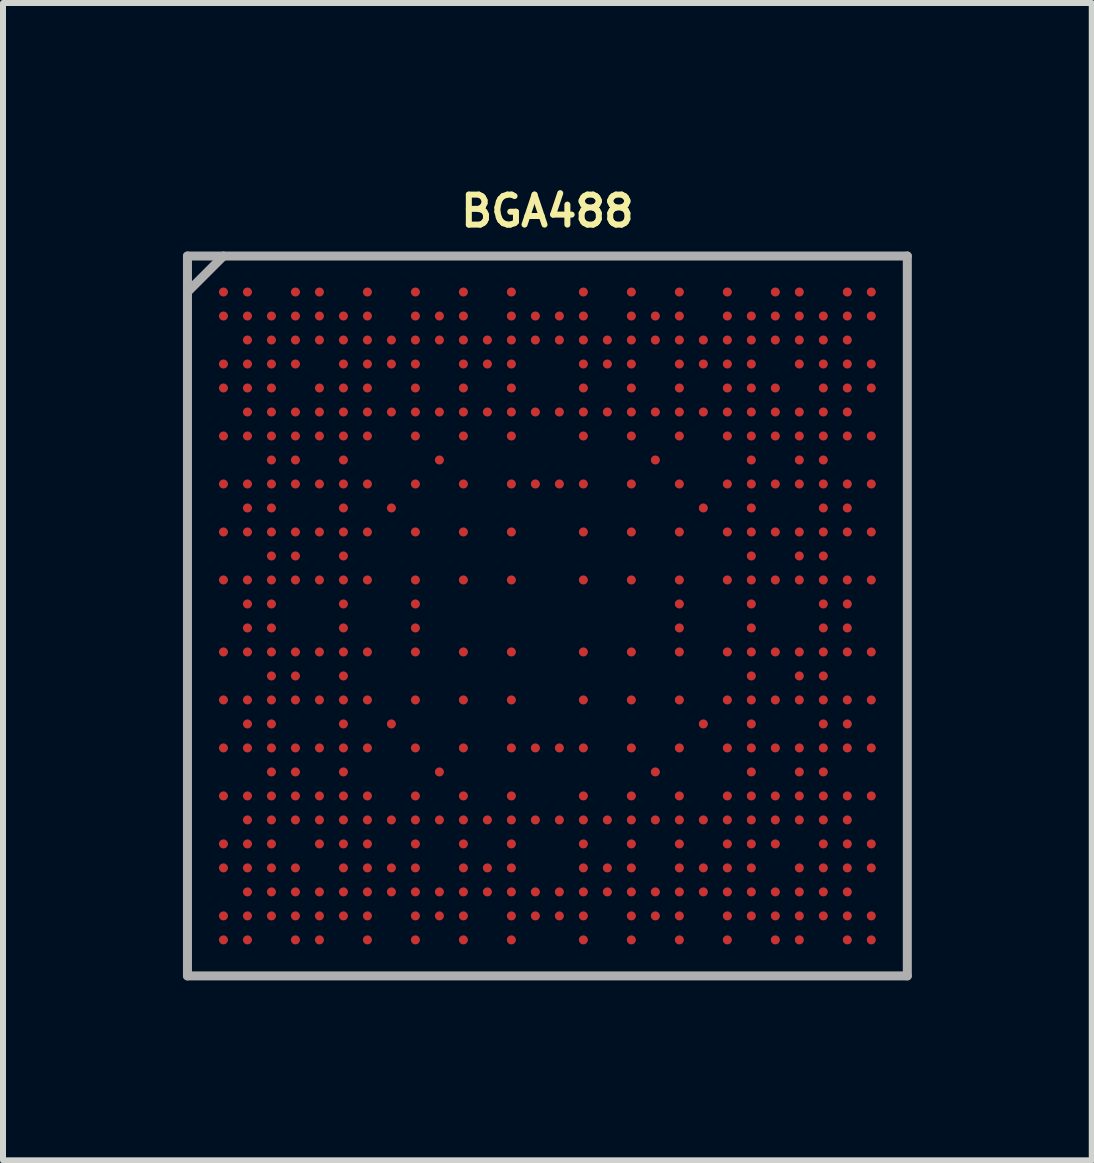
<source format=kicad_pcb>
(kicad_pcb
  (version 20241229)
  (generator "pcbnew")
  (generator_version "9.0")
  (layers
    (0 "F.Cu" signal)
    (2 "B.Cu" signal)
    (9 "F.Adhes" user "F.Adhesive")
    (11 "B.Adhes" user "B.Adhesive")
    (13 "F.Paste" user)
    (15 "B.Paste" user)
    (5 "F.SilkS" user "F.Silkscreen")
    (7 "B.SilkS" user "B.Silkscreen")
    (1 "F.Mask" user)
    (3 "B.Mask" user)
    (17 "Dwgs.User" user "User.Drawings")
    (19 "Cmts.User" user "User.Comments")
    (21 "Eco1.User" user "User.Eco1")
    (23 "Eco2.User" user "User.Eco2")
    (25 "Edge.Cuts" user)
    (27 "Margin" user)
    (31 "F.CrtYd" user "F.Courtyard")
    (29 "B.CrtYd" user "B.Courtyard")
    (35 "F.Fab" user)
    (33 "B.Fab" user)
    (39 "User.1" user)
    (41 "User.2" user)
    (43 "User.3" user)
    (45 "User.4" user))
  (footprint "BGA488"
    (layer "F.Cu")
    (at 6.075 7.218)
    (property "Reference" "BGA488" (at 0 -6.75 0) (layer "F.SilkS") (effects (font (size 0.5 0.5) (thickness 0.1))))
    (attr through_hole)
    (fp_line (start -6 -6) (end 6 -6) (stroke (width 0.15) (type solid)) (layer "F.Fab"))
    (fp_line (start -6 -5.4) (end -5.4 -6) (stroke (width 0.15) (type solid)) (layer "F.Fab"))
    (fp_line (start -6 6) (end -6 -6) (stroke (width 0.15) (type solid)) (layer "F.Fab"))
    (fp_line (start 6 -6) (end 6 6) (stroke (width 0.15) (type solid)) (layer "F.Fab"))
    (fp_line (start 6 6) (end -6 6) (stroke (width 0.15) (type solid)) (layer "F.Fab"))
    (pad "A1" smd circle (at -5.4 -5.4) (size 0.15 0.15) (layers "F.Cu" "F.Mask" "F.Paste"))
    (pad "A2" smd circle (at -5 -5.4) (size 0.15 0.15) (layers "F.Cu" "F.Mask" "F.Paste"))
    (pad "A4" smd circle (at -4.2 -5.4) (size 0.15 0.15) (layers "F.Cu" "F.Mask" "F.Paste"))
    (pad "A5" smd circle (at -3.8 -5.4) (size 0.15 0.15) (layers "F.Cu" "F.Mask" "F.Paste"))
    (pad "A7" smd circle (at -3 -5.4) (size 0.15 0.15) (layers "F.Cu" "F.Mask" "F.Paste"))
    (pad "A9" smd circle (at -2.2 -5.4) (size 0.15 0.15) (layers "F.Cu" "F.Mask" "F.Paste"))
    (pad "A11" smd circle (at -1.4 -5.4) (size 0.15 0.15) (layers "F.Cu" "F.Mask" "F.Paste"))
    (pad "A13" smd circle (at -0.6 -5.4) (size 0.15 0.15) (layers "F.Cu" "F.Mask" "F.Paste"))
    (pad "A16" smd circle (at 0.6 -5.4) (size 0.15 0.15) (layers "F.Cu" "F.Mask" "F.Paste"))
    (pad "A18" smd circle (at 1.4 -5.4) (size 0.15 0.15) (layers "F.Cu" "F.Mask" "F.Paste"))
    (pad "A20" smd circle (at 2.2 -5.4) (size 0.15 0.15) (layers "F.Cu" "F.Mask" "F.Paste"))
    (pad "A22" smd circle (at 3 -5.4) (size 0.15 0.15) (layers "F.Cu" "F.Mask" "F.Paste"))
    (pad "A24" smd circle (at 3.8 -5.4) (size 0.15 0.15) (layers "F.Cu" "F.Mask" "F.Paste"))
    (pad "A25" smd circle (at 4.2 -5.4) (size 0.15 0.15) (layers "F.Cu" "F.Mask" "F.Paste"))
    (pad "A27" smd circle (at 5 -5.4) (size 0.15 0.15) (layers "F.Cu" "F.Mask" "F.Paste"))
    (pad "A28" smd circle (at 5.4 -5.4) (size 0.15 0.15) (layers "F.Cu" "F.Mask" "F.Paste"))
    (pad "AA3" smd circle (at -4.6 2.6) (size 0.15 0.15) (layers "F.Cu" "F.Mask" "F.Paste"))
    (pad "AA4" smd circle (at -4.2 2.6) (size 0.15 0.15) (layers "F.Cu" "F.Mask" "F.Paste"))
    (pad "AA6" smd circle (at -3.4 2.6) (size 0.15 0.15) (layers "F.Cu" "F.Mask" "F.Paste"))
    (pad "AA10" smd circle (at -1.8 2.6) (size 0.15 0.15) (layers "F.Cu" "F.Mask" "F.Paste"))
    (pad "AA19" smd circle (at 1.8 2.6) (size 0.15 0.15) (layers "F.Cu" "F.Mask" "F.Paste"))
    (pad "AA23" smd circle (at 3.4 2.6) (size 0.15 0.15) (layers "F.Cu" "F.Mask" "F.Paste"))
    (pad "AA25" smd circle (at 4.2 2.6) (size 0.15 0.15) (layers "F.Cu" "F.Mask" "F.Paste"))
    (pad "AA26" smd circle (at 4.6 2.6) (size 0.15 0.15) (layers "F.Cu" "F.Mask" "F.Paste"))
    (pad "AB1" smd circle (at -5.4 3) (size 0.15 0.15) (layers "F.Cu" "F.Mask" "F.Paste"))
    (pad "AB2" smd circle (at -5 3) (size 0.15 0.15) (layers "F.Cu" "F.Mask" "F.Paste"))
    (pad "AB3" smd circle (at -4.6 3) (size 0.15 0.15) (layers "F.Cu" "F.Mask" "F.Paste"))
    (pad "AB4" smd circle (at -4.2 3) (size 0.15 0.15) (layers "F.Cu" "F.Mask" "F.Paste"))
    (pad "AB5" smd circle (at -3.8 3) (size 0.15 0.15) (layers "F.Cu" "F.Mask" "F.Paste"))
    (pad "AB6" smd circle (at -3.4 3) (size 0.15 0.15) (layers "F.Cu" "F.Mask" "F.Paste"))
    (pad "AB7" smd circle (at -3 3) (size 0.15 0.15) (layers "F.Cu" "F.Mask" "F.Paste"))
    (pad "AB9" smd circle (at -2.2 3) (size 0.15 0.15) (layers "F.Cu" "F.Mask" "F.Paste"))
    (pad "AB11" smd circle (at -1.4 3) (size 0.15 0.15) (layers "F.Cu" "F.Mask" "F.Paste"))
    (pad "AB13" smd circle (at -0.6 3) (size 0.15 0.15) (layers "F.Cu" "F.Mask" "F.Paste"))
    (pad "AB16" smd circle (at 0.6 3) (size 0.15 0.15) (layers "F.Cu" "F.Mask" "F.Paste"))
    (pad "AB18" smd circle (at 1.4 3) (size 0.15 0.15) (layers "F.Cu" "F.Mask" "F.Paste"))
    (pad "AB20" smd circle (at 2.2 3) (size 0.15 0.15) (layers "F.Cu" "F.Mask" "F.Paste"))
    (pad "AB22" smd circle (at 3 3) (size 0.15 0.15) (layers "F.Cu" "F.Mask" "F.Paste"))
    (pad "AB23" smd circle (at 3.4 3) (size 0.15 0.15) (layers "F.Cu" "F.Mask" "F.Paste"))
    (pad "AB24" smd circle (at 3.8 3) (size 0.15 0.15) (layers "F.Cu" "F.Mask" "F.Paste"))
    (pad "AB25" smd circle (at 4.2 3) (size 0.15 0.15) (layers "F.Cu" "F.Mask" "F.Paste"))
    (pad "AB26" smd circle (at 4.6 3) (size 0.15 0.15) (layers "F.Cu" "F.Mask" "F.Paste"))
    (pad "AB27" smd circle (at 5 3) (size 0.15 0.15) (layers "F.Cu" "F.Mask" "F.Paste"))
    (pad "AB28" smd circle (at 5.4 3) (size 0.15 0.15) (layers "F.Cu" "F.Mask" "F.Paste"))
    (pad "AC2" smd circle (at -5 3.4) (size 0.15 0.15) (layers "F.Cu" "F.Mask" "F.Paste"))
    (pad "AC3" smd circle (at -4.6 3.4) (size 0.15 0.15) (layers "F.Cu" "F.Mask" "F.Paste"))
    (pad "AC4" smd circle (at -4.2 3.4) (size 0.15 0.15) (layers "F.Cu" "F.Mask" "F.Paste"))
    (pad "AC5" smd circle (at -3.8 3.4) (size 0.15 0.15) (layers "F.Cu" "F.Mask" "F.Paste"))
    (pad "AC6" smd circle (at -3.4 3.4) (size 0.15 0.15) (layers "F.Cu" "F.Mask" "F.Paste"))
    (pad "AC7" smd circle (at -3 3.4) (size 0.15 0.15) (layers "F.Cu" "F.Mask" "F.Paste"))
    (pad "AC8" smd circle (at -2.6 3.4) (size 0.15 0.15) (layers "F.Cu" "F.Mask" "F.Paste"))
    (pad "AC9" smd circle (at -2.2 3.4) (size 0.15 0.15) (layers "F.Cu" "F.Mask" "F.Paste"))
    (pad "AC10" smd circle (at -1.8 3.4) (size 0.15 0.15) (layers "F.Cu" "F.Mask" "F.Paste"))
    (pad "AC11" smd circle (at -1.4 3.4) (size 0.15 0.15) (layers "F.Cu" "F.Mask" "F.Paste"))
    (pad "AC12" smd circle (at -1 3.4) (size 0.15 0.15) (layers "F.Cu" "F.Mask" "F.Paste"))
    (pad "AC13" smd circle (at -0.6 3.4) (size 0.15 0.15) (layers "F.Cu" "F.Mask" "F.Paste"))
    (pad "AC14" smd circle (at -0.2 3.4) (size 0.15 0.15) (layers "F.Cu" "F.Mask" "F.Paste"))
    (pad "AC15" smd circle (at 0.2 3.4) (size 0.15 0.15) (layers "F.Cu" "F.Mask" "F.Paste"))
    (pad "AC16" smd circle (at 0.6 3.4) (size 0.15 0.15) (layers "F.Cu" "F.Mask" "F.Paste"))
    (pad "AC17" smd circle (at 1 3.4) (size 0.15 0.15) (layers "F.Cu" "F.Mask" "F.Paste"))
    (pad "AC18" smd circle (at 1.4 3.4) (size 0.15 0.15) (layers "F.Cu" "F.Mask" "F.Paste"))
    (pad "AC19" smd circle (at 1.8 3.4) (size 0.15 0.15) (layers "F.Cu" "F.Mask" "F.Paste"))
    (pad "AC20" smd circle (at 2.2 3.4) (size 0.15 0.15) (layers "F.Cu" "F.Mask" "F.Paste"))
    (pad "AC21" smd circle (at 2.6 3.4) (size 0.15 0.15) (layers "F.Cu" "F.Mask" "F.Paste"))
    (pad "AC22" smd circle (at 3 3.4) (size 0.15 0.15) (layers "F.Cu" "F.Mask" "F.Paste"))
    (pad "AC23" smd circle (at 3.4 3.4) (size 0.15 0.15) (layers "F.Cu" "F.Mask" "F.Paste"))
    (pad "AC24" smd circle (at 3.8 3.4) (size 0.15 0.15) (layers "F.Cu" "F.Mask" "F.Paste"))
    (pad "AC25" smd circle (at 4.2 3.4) (size 0.15 0.15) (layers "F.Cu" "F.Mask" "F.Paste"))
    (pad "AC26" smd circle (at 4.6 3.4) (size 0.15 0.15) (layers "F.Cu" "F.Mask" "F.Paste"))
    (pad "AC27" smd circle (at 5 3.4) (size 0.15 0.15) (layers "F.Cu" "F.Mask" "F.Paste"))
    (pad "AD1" smd circle (at -5.4 3.8) (size 0.15 0.15) (layers "F.Cu" "F.Mask" "F.Paste"))
    (pad "AD2" smd circle (at -5 3.8) (size 0.15 0.15) (layers "F.Cu" "F.Mask" "F.Paste"))
    (pad "AD3" smd circle (at -4.6 3.8) (size 0.15 0.15) (layers "F.Cu" "F.Mask" "F.Paste"))
    (pad "AD5" smd circle (at -3.8 3.8) (size 0.15 0.15) (layers "F.Cu" "F.Mask" "F.Paste"))
    (pad "AD6" smd circle (at -3.4 3.8) (size 0.15 0.15) (layers "F.Cu" "F.Mask" "F.Paste"))
    (pad "AD7" smd circle (at -3 3.8) (size 0.15 0.15) (layers "F.Cu" "F.Mask" "F.Paste"))
    (pad "AD9" smd circle (at -2.2 3.8) (size 0.15 0.15) (layers "F.Cu" "F.Mask" "F.Paste"))
    (pad "AD11" smd circle (at -1.4 3.8) (size 0.15 0.15) (layers "F.Cu" "F.Mask" "F.Paste"))
    (pad "AD13" smd circle (at -0.6 3.8) (size 0.15 0.15) (layers "F.Cu" "F.Mask" "F.Paste"))
    (pad "AD16" smd circle (at 0.6 3.8) (size 0.15 0.15) (layers "F.Cu" "F.Mask" "F.Paste"))
    (pad "AD18" smd circle (at 1.4 3.8) (size 0.15 0.15) (layers "F.Cu" "F.Mask" "F.Paste"))
    (pad "AD20" smd circle (at 2.2 3.8) (size 0.15 0.15) (layers "F.Cu" "F.Mask" "F.Paste"))
    (pad "AD22" smd circle (at 3 3.8) (size 0.15 0.15) (layers "F.Cu" "F.Mask" "F.Paste"))
    (pad "AD23" smd circle (at 3.4 3.8) (size 0.15 0.15) (layers "F.Cu" "F.Mask" "F.Paste"))
    (pad "AD24" smd circle (at 3.8 3.8) (size 0.15 0.15) (layers "F.Cu" "F.Mask" "F.Paste"))
    (pad "AD26" smd circle (at 4.6 3.8) (size 0.15 0.15) (layers "F.Cu" "F.Mask" "F.Paste"))
    (pad "AD27" smd circle (at 5 3.8) (size 0.15 0.15) (layers "F.Cu" "F.Mask" "F.Paste"))
    (pad "AD28" smd circle (at 5.4 3.8) (size 0.15 0.15) (layers "F.Cu" "F.Mask" "F.Paste"))
    (pad "AE1" smd circle (at -5.4 4.2) (size 0.15 0.15) (layers "F.Cu" "F.Mask" "F.Paste"))
    (pad "AE2" smd circle (at -5 4.2) (size 0.15 0.15) (layers "F.Cu" "F.Mask" "F.Paste"))
    (pad "AE3" smd circle (at -4.6 4.2) (size 0.15 0.15) (layers "F.Cu" "F.Mask" "F.Paste"))
    (pad "AE4" smd circle (at -4.2 4.2) (size 0.15 0.15) (layers "F.Cu" "F.Mask" "F.Paste"))
    (pad "AE6" smd circle (at -3.4 4.2) (size 0.15 0.15) (layers "F.Cu" "F.Mask" "F.Paste"))
    (pad "AE7" smd circle (at -3 4.2) (size 0.15 0.15) (layers "F.Cu" "F.Mask" "F.Paste"))
    (pad "AE8" smd circle (at -2.6 4.2) (size 0.15 0.15) (layers "F.Cu" "F.Mask" "F.Paste"))
    (pad "AE9" smd circle (at -2.2 4.2) (size 0.15 0.15) (layers "F.Cu" "F.Mask" "F.Paste"))
    (pad "AE11" smd circle (at -1.4 4.2) (size 0.15 0.15) (layers "F.Cu" "F.Mask" "F.Paste"))
    (pad "AE12" smd circle (at -1 4.2) (size 0.15 0.15) (layers "F.Cu" "F.Mask" "F.Paste"))
    (pad "AE13" smd circle (at -0.6 4.2) (size 0.15 0.15) (layers "F.Cu" "F.Mask" "F.Paste"))
    (pad "AE16" smd circle (at 0.6 4.2) (size 0.15 0.15) (layers "F.Cu" "F.Mask" "F.Paste"))
    (pad "AE17" smd circle (at 1 4.2) (size 0.15 0.15) (layers "F.Cu" "F.Mask" "F.Paste"))
    (pad "AE18" smd circle (at 1.4 4.2) (size 0.15 0.15) (layers "F.Cu" "F.Mask" "F.Paste"))
    (pad "AE20" smd circle (at 2.2 4.2) (size 0.15 0.15) (layers "F.Cu" "F.Mask" "F.Paste"))
    (pad "AE21" smd circle (at 2.6 4.2) (size 0.15 0.15) (layers "F.Cu" "F.Mask" "F.Paste"))
    (pad "AE22" smd circle (at 3 4.2) (size 0.15 0.15) (layers "F.Cu" "F.Mask" "F.Paste"))
    (pad "AE23" smd circle (at 3.4 4.2) (size 0.15 0.15) (layers "F.Cu" "F.Mask" "F.Paste"))
    (pad "AE25" smd circle (at 4.2 4.2) (size 0.15 0.15) (layers "F.Cu" "F.Mask" "F.Paste"))
    (pad "AE26" smd circle (at 4.6 4.2) (size 0.15 0.15) (layers "F.Cu" "F.Mask" "F.Paste"))
    (pad "AE27" smd circle (at 5 4.2) (size 0.15 0.15) (layers "F.Cu" "F.Mask" "F.Paste"))
    (pad "AE28" smd circle (at 5.4 4.2) (size 0.15 0.15) (layers "F.Cu" "F.Mask" "F.Paste"))
    (pad "AF2" smd circle (at -5 4.6) (size 0.15 0.15) (layers "F.Cu" "F.Mask" "F.Paste"))
    (pad "AF3" smd circle (at -4.6 4.6) (size 0.15 0.15) (layers "F.Cu" "F.Mask" "F.Paste"))
    (pad "AF4" smd circle (at -4.2 4.6) (size 0.15 0.15) (layers "F.Cu" "F.Mask" "F.Paste"))
    (pad "AF5" smd circle (at -3.8 4.6) (size 0.15 0.15) (layers "F.Cu" "F.Mask" "F.Paste"))
    (pad "AF6" smd circle (at -3.4 4.6) (size 0.15 0.15) (layers "F.Cu" "F.Mask" "F.Paste"))
    (pad "AF7" smd circle (at -3 4.6) (size 0.15 0.15) (layers "F.Cu" "F.Mask" "F.Paste"))
    (pad "AF8" smd circle (at -2.6 4.6) (size 0.15 0.15) (layers "F.Cu" "F.Mask" "F.Paste"))
    (pad "AF9" smd circle (at -2.2 4.6) (size 0.15 0.15) (layers "F.Cu" "F.Mask" "F.Paste"))
    (pad "AF10" smd circle (at -1.8 4.6) (size 0.15 0.15) (layers "F.Cu" "F.Mask" "F.Paste"))
    (pad "AF11" smd circle (at -1.4 4.6) (size 0.15 0.15) (layers "F.Cu" "F.Mask" "F.Paste"))
    (pad "AF12" smd circle (at -1 4.6) (size 0.15 0.15) (layers "F.Cu" "F.Mask" "F.Paste"))
    (pad "AF13" smd circle (at -0.6 4.6) (size 0.15 0.15) (layers "F.Cu" "F.Mask" "F.Paste"))
    (pad "AF14" smd circle (at -0.2 4.6) (size 0.15 0.15) (layers "F.Cu" "F.Mask" "F.Paste"))
    (pad "AF15" smd circle (at 0.2 4.6) (size 0.15 0.15) (layers "F.Cu" "F.Mask" "F.Paste"))
    (pad "AF16" smd circle (at 0.6 4.6) (size 0.15 0.15) (layers "F.Cu" "F.Mask" "F.Paste"))
    (pad "AF17" smd circle (at 1 4.6) (size 0.15 0.15) (layers "F.Cu" "F.Mask" "F.Paste"))
    (pad "AF18" smd circle (at 1.4 4.6) (size 0.15 0.15) (layers "F.Cu" "F.Mask" "F.Paste"))
    (pad "AF19" smd circle (at 1.8 4.6) (size 0.15 0.15) (layers "F.Cu" "F.Mask" "F.Paste"))
    (pad "AF20" smd circle (at 2.2 4.6) (size 0.15 0.15) (layers "F.Cu" "F.Mask" "F.Paste"))
    (pad "AF21" smd circle (at 2.6 4.6) (size 0.15 0.15) (layers "F.Cu" "F.Mask" "F.Paste"))
    (pad "AF22" smd circle (at 3 4.6) (size 0.15 0.15) (layers "F.Cu" "F.Mask" "F.Paste"))
    (pad "AF23" smd circle (at 3.4 4.6) (size 0.15 0.15) (layers "F.Cu" "F.Mask" "F.Paste"))
    (pad "AF24" smd circle (at 3.8 4.6) (size 0.15 0.15) (layers "F.Cu" "F.Mask" "F.Paste"))
    (pad "AF25" smd circle (at 4.2 4.6) (size 0.15 0.15) (layers "F.Cu" "F.Mask" "F.Paste"))
    (pad "AF26" smd circle (at 4.6 4.6) (size 0.15 0.15) (layers "F.Cu" "F.Mask" "F.Paste"))
    (pad "AF27" smd circle (at 5 4.6) (size 0.15 0.15) (layers "F.Cu" "F.Mask" "F.Paste"))
    (pad "AG1" smd circle (at -5.4 5) (size 0.15 0.15) (layers "F.Cu" "F.Mask" "F.Paste"))
    (pad "AG2" smd circle (at -5 5) (size 0.15 0.15) (layers "F.Cu" "F.Mask" "F.Paste"))
    (pad "AG3" smd circle (at -4.6 5) (size 0.15 0.15) (layers "F.Cu" "F.Mask" "F.Paste"))
    (pad "AG4" smd circle (at -4.2 5) (size 0.15 0.15) (layers "F.Cu" "F.Mask" "F.Paste"))
    (pad "AG5" smd circle (at -3.8 5) (size 0.15 0.15) (layers "F.Cu" "F.Mask" "F.Paste"))
    (pad "AG6" smd circle (at -3.4 5) (size 0.15 0.15) (layers "F.Cu" "F.Mask" "F.Paste"))
    (pad "AG7" smd circle (at -3 5) (size 0.15 0.15) (layers "F.Cu" "F.Mask" "F.Paste"))
    (pad "AG9" smd circle (at -2.2 5) (size 0.15 0.15) (layers "F.Cu" "F.Mask" "F.Paste"))
    (pad "AG10" smd circle (at -1.8 5) (size 0.15 0.15) (layers "F.Cu" "F.Mask" "F.Paste"))
    (pad "AG11" smd circle (at -1.4 5) (size 0.15 0.15) (layers "F.Cu" "F.Mask" "F.Paste"))
    (pad "AG13" smd circle (at -0.6 5) (size 0.15 0.15) (layers "F.Cu" "F.Mask" "F.Paste"))
    (pad "AG14" smd circle (at -0.2 5) (size 0.15 0.15) (layers "F.Cu" "F.Mask" "F.Paste"))
    (pad "AG15" smd circle (at 0.2 5) (size 0.15 0.15) (layers "F.Cu" "F.Mask" "F.Paste"))
    (pad "AG16" smd circle (at 0.6 5) (size 0.15 0.15) (layers "F.Cu" "F.Mask" "F.Paste"))
    (pad "AG18" smd circle (at 1.4 5) (size 0.15 0.15) (layers "F.Cu" "F.Mask" "F.Paste"))
    (pad "AG19" smd circle (at 1.8 5) (size 0.15 0.15) (layers "F.Cu" "F.Mask" "F.Paste"))
    (pad "AG20" smd circle (at 2.2 5) (size 0.15 0.15) (layers "F.Cu" "F.Mask" "F.Paste"))
    (pad "AG22" smd circle (at 3 5) (size 0.15 0.15) (layers "F.Cu" "F.Mask" "F.Paste"))
    (pad "AG23" smd circle (at 3.4 5) (size 0.15 0.15) (layers "F.Cu" "F.Mask" "F.Paste"))
    (pad "AG24" smd circle (at 3.8 5) (size 0.15 0.15) (layers "F.Cu" "F.Mask" "F.Paste"))
    (pad "AG25" smd circle (at 4.2 5) (size 0.15 0.15) (layers "F.Cu" "F.Mask" "F.Paste"))
    (pad "AG26" smd circle (at 4.6 5) (size 0.15 0.15) (layers "F.Cu" "F.Mask" "F.Paste"))
    (pad "AG27" smd circle (at 5 5) (size 0.15 0.15) (layers "F.Cu" "F.Mask" "F.Paste"))
    (pad "AG28" smd circle (at 5.4 5) (size 0.15 0.15) (layers "F.Cu" "F.Mask" "F.Paste"))
    (pad "AH1" smd circle (at -5.4 5.4) (size 0.15 0.15) (layers "F.Cu" "F.Mask" "F.Paste"))
    (pad "AH2" smd circle (at -5 5.4) (size 0.15 0.15) (layers "F.Cu" "F.Mask" "F.Paste"))
    (pad "AH4" smd circle (at -4.2 5.4) (size 0.15 0.15) (layers "F.Cu" "F.Mask" "F.Paste"))
    (pad "AH5" smd circle (at -3.8 5.4) (size 0.15 0.15) (layers "F.Cu" "F.Mask" "F.Paste"))
    (pad "AH7" smd circle (at -3 5.4) (size 0.15 0.15) (layers "F.Cu" "F.Mask" "F.Paste"))
    (pad "AH9" smd circle (at -2.2 5.4) (size 0.15 0.15) (layers "F.Cu" "F.Mask" "F.Paste"))
    (pad "AH11" smd circle (at -1.4 5.4) (size 0.15 0.15) (layers "F.Cu" "F.Mask" "F.Paste"))
    (pad "AH13" smd circle (at -0.6 5.4) (size 0.15 0.15) (layers "F.Cu" "F.Mask" "F.Paste"))
    (pad "AH16" smd circle (at 0.6 5.4) (size 0.15 0.15) (layers "F.Cu" "F.Mask" "F.Paste"))
    (pad "AH18" smd circle (at 1.4 5.4) (size 0.15 0.15) (layers "F.Cu" "F.Mask" "F.Paste"))
    (pad "AH20" smd circle (at 2.2 5.4) (size 0.15 0.15) (layers "F.Cu" "F.Mask" "F.Paste"))
    (pad "AH22" smd circle (at 3 5.4) (size 0.15 0.15) (layers "F.Cu" "F.Mask" "F.Paste"))
    (pad "AH24" smd circle (at 3.8 5.4) (size 0.15 0.15) (layers "F.Cu" "F.Mask" "F.Paste"))
    (pad "AH25" smd circle (at 4.2 5.4) (size 0.15 0.15) (layers "F.Cu" "F.Mask" "F.Paste"))
    (pad "AH27" smd circle (at 5 5.4) (size 0.15 0.15) (layers "F.Cu" "F.Mask" "F.Paste"))
    (pad "AH28" smd circle (at 5.4 5.4) (size 0.15 0.15) (layers "F.Cu" "F.Mask" "F.Paste"))
    (pad "B1" smd circle (at -5.4 -5) (size 0.15 0.15) (layers "F.Cu" "F.Mask" "F.Paste"))
    (pad "B2" smd circle (at -5 -5) (size 0.15 0.15) (layers "F.Cu" "F.Mask" "F.Paste"))
    (pad "B3" smd circle (at -4.6 -5) (size 0.15 0.15) (layers "F.Cu" "F.Mask" "F.Paste"))
    (pad "B4" smd circle (at -4.2 -5) (size 0.15 0.15) (layers "F.Cu" "F.Mask" "F.Paste"))
    (pad "B5" smd circle (at -3.8 -5) (size 0.15 0.15) (layers "F.Cu" "F.Mask" "F.Paste"))
    (pad "B6" smd circle (at -3.4 -5) (size 0.15 0.15) (layers "F.Cu" "F.Mask" "F.Paste"))
    (pad "B7" smd circle (at -3 -5) (size 0.15 0.15) (layers "F.Cu" "F.Mask" "F.Paste"))
    (pad "B9" smd circle (at -2.2 -5) (size 0.15 0.15) (layers "F.Cu" "F.Mask" "F.Paste"))
    (pad "B10" smd circle (at -1.8 -5) (size 0.15 0.15) (layers "F.Cu" "F.Mask" "F.Paste"))
    (pad "B11" smd circle (at -1.4 -5) (size 0.15 0.15) (layers "F.Cu" "F.Mask" "F.Paste"))
    (pad "B13" smd circle (at -0.6 -5) (size 0.15 0.15) (layers "F.Cu" "F.Mask" "F.Paste"))
    (pad "B14" smd circle (at -0.2 -5) (size 0.15 0.15) (layers "F.Cu" "F.Mask" "F.Paste"))
    (pad "B15" smd circle (at 0.2 -5) (size 0.15 0.15) (layers "F.Cu" "F.Mask" "F.Paste"))
    (pad "B16" smd circle (at 0.6 -5) (size 0.15 0.15) (layers "F.Cu" "F.Mask" "F.Paste"))
    (pad "B18" smd circle (at 1.4 -5) (size 0.15 0.15) (layers "F.Cu" "F.Mask" "F.Paste"))
    (pad "B19" smd circle (at 1.8 -5) (size 0.15 0.15) (layers "F.Cu" "F.Mask" "F.Paste"))
    (pad "B20" smd circle (at 2.2 -5) (size 0.15 0.15) (layers "F.Cu" "F.Mask" "F.Paste"))
    (pad "B22" smd circle (at 3 -5) (size 0.15 0.15) (layers "F.Cu" "F.Mask" "F.Paste"))
    (pad "B23" smd circle (at 3.4 -5) (size 0.15 0.15) (layers "F.Cu" "F.Mask" "F.Paste"))
    (pad "B24" smd circle (at 3.8 -5) (size 0.15 0.15) (layers "F.Cu" "F.Mask" "F.Paste"))
    (pad "B25" smd circle (at 4.2 -5) (size 0.15 0.15) (layers "F.Cu" "F.Mask" "F.Paste"))
    (pad "B26" smd circle (at 4.6 -5) (size 0.15 0.15) (layers "F.Cu" "F.Mask" "F.Paste"))
    (pad "B27" smd circle (at 5 -5) (size 0.15 0.15) (layers "F.Cu" "F.Mask" "F.Paste"))
    (pad "B28" smd circle (at 5.4 -5) (size 0.15 0.15) (layers "F.Cu" "F.Mask" "F.Paste"))
    (pad "C2" smd circle (at -5 -4.6) (size 0.15 0.15) (layers "F.Cu" "F.Mask" "F.Paste"))
    (pad "C3" smd circle (at -4.6 -4.6) (size 0.15 0.15) (layers "F.Cu" "F.Mask" "F.Paste"))
    (pad "C4" smd circle (at -4.2 -4.6) (size 0.15 0.15) (layers "F.Cu" "F.Mask" "F.Paste"))
    (pad "C5" smd circle (at -3.8 -4.6) (size 0.15 0.15) (layers "F.Cu" "F.Mask" "F.Paste"))
    (pad "C6" smd circle (at -3.4 -4.6) (size 0.15 0.15) (layers "F.Cu" "F.Mask" "F.Paste"))
    (pad "C7" smd circle (at -3 -4.6) (size 0.15 0.15) (layers "F.Cu" "F.Mask" "F.Paste"))
    (pad "C8" smd circle (at -2.6 -4.6) (size 0.15 0.15) (layers "F.Cu" "F.Mask" "F.Paste"))
    (pad "C9" smd circle (at -2.2 -4.6) (size 0.15 0.15) (layers "F.Cu" "F.Mask" "F.Paste"))
    (pad "C10" smd circle (at -1.8 -4.6) (size 0.15 0.15) (layers "F.Cu" "F.Mask" "F.Paste"))
    (pad "C11" smd circle (at -1.4 -4.6) (size 0.15 0.15) (layers "F.Cu" "F.Mask" "F.Paste"))
    (pad "C12" smd circle (at -1 -4.6) (size 0.15 0.15) (layers "F.Cu" "F.Mask" "F.Paste"))
    (pad "C13" smd circle (at -0.6 -4.6) (size 0.15 0.15) (layers "F.Cu" "F.Mask" "F.Paste"))
    (pad "C14" smd circle (at -0.2 -4.6) (size 0.15 0.15) (layers "F.Cu" "F.Mask" "F.Paste"))
    (pad "C15" smd circle (at 0.2 -4.6) (size 0.15 0.15) (layers "F.Cu" "F.Mask" "F.Paste"))
    (pad "C16" smd circle (at 0.6 -4.6) (size 0.15 0.15) (layers "F.Cu" "F.Mask" "F.Paste"))
    (pad "C17" smd circle (at 1 -4.6) (size 0.15 0.15) (layers "F.Cu" "F.Mask" "F.Paste"))
    (pad "C18" smd circle (at 1.4 -4.6) (size 0.15 0.15) (layers "F.Cu" "F.Mask" "F.Paste"))
    (pad "C19" smd circle (at 1.8 -4.6) (size 0.15 0.15) (layers "F.Cu" "F.Mask" "F.Paste"))
    (pad "C20" smd circle (at 2.2 -4.6) (size 0.15 0.15) (layers "F.Cu" "F.Mask" "F.Paste"))
    (pad "C21" smd circle (at 2.6 -4.6) (size 0.15 0.15) (layers "F.Cu" "F.Mask" "F.Paste"))
    (pad "C22" smd circle (at 3 -4.6) (size 0.15 0.15) (layers "F.Cu" "F.Mask" "F.Paste"))
    (pad "C23" smd circle (at 3.4 -4.6) (size 0.15 0.15) (layers "F.Cu" "F.Mask" "F.Paste"))
    (pad "C24" smd circle (at 3.8 -4.6) (size 0.15 0.15) (layers "F.Cu" "F.Mask" "F.Paste"))
    (pad "C25" smd circle (at 4.2 -4.6) (size 0.15 0.15) (layers "F.Cu" "F.Mask" "F.Paste"))
    (pad "C26" smd circle (at 4.6 -4.6) (size 0.15 0.15) (layers "F.Cu" "F.Mask" "F.Paste"))
    (pad "C27" smd circle (at 5 -4.6) (size 0.15 0.15) (layers "F.Cu" "F.Mask" "F.Paste"))
    (pad "D1" smd circle (at -5.4 -4.2) (size 0.15 0.15) (layers "F.Cu" "F.Mask" "F.Paste"))
    (pad "D2" smd circle (at -5 -4.2) (size 0.15 0.15) (layers "F.Cu" "F.Mask" "F.Paste"))
    (pad "D3" smd circle (at -4.6 -4.2) (size 0.15 0.15) (layers "F.Cu" "F.Mask" "F.Paste"))
    (pad "D4" smd circle (at -4.2 -4.2) (size 0.15 0.15) (layers "F.Cu" "F.Mask" "F.Paste"))
    (pad "D6" smd circle (at -3.4 -4.2) (size 0.15 0.15) (layers "F.Cu" "F.Mask" "F.Paste"))
    (pad "D7" smd circle (at -3 -4.2) (size 0.15 0.15) (layers "F.Cu" "F.Mask" "F.Paste"))
    (pad "D8" smd circle (at -2.6 -4.2) (size 0.15 0.15) (layers "F.Cu" "F.Mask" "F.Paste"))
    (pad "D9" smd circle (at -2.2 -4.2) (size 0.15 0.15) (layers "F.Cu" "F.Mask" "F.Paste"))
    (pad "D11" smd circle (at -1.4 -4.2) (size 0.15 0.15) (layers "F.Cu" "F.Mask" "F.Paste"))
    (pad "D12" smd circle (at -1 -4.2) (size 0.15 0.15) (layers "F.Cu" "F.Mask" "F.Paste"))
    (pad "D13" smd circle (at -0.6 -4.2) (size 0.15 0.15) (layers "F.Cu" "F.Mask" "F.Paste"))
    (pad "D16" smd circle (at 0.6 -4.2) (size 0.15 0.15) (layers "F.Cu" "F.Mask" "F.Paste"))
    (pad "D17" smd circle (at 1 -4.2) (size 0.15 0.15) (layers "F.Cu" "F.Mask" "F.Paste"))
    (pad "D18" smd circle (at 1.4 -4.2) (size 0.15 0.15) (layers "F.Cu" "F.Mask" "F.Paste"))
    (pad "D20" smd circle (at 2.2 -4.2) (size 0.15 0.15) (layers "F.Cu" "F.Mask" "F.Paste"))
    (pad "D21" smd circle (at 2.6 -4.2) (size 0.15 0.15) (layers "F.Cu" "F.Mask" "F.Paste"))
    (pad "D22" smd circle (at 3 -4.2) (size 0.15 0.15) (layers "F.Cu" "F.Mask" "F.Paste"))
    (pad "D23" smd circle (at 3.4 -4.2) (size 0.15 0.15) (layers "F.Cu" "F.Mask" "F.Paste"))
    (pad "D25" smd circle (at 4.2 -4.2) (size 0.15 0.15) (layers "F.Cu" "F.Mask" "F.Paste"))
    (pad "D26" smd circle (at 4.6 -4.2) (size 0.15 0.15) (layers "F.Cu" "F.Mask" "F.Paste"))
    (pad "D27" smd circle (at 5 -4.2) (size 0.15 0.15) (layers "F.Cu" "F.Mask" "F.Paste"))
    (pad "D28" smd circle (at 5.4 -4.2) (size 0.15 0.15) (layers "F.Cu" "F.Mask" "F.Paste"))
    (pad "E1" smd circle (at -5.4 -3.8) (size 0.15 0.15) (layers "F.Cu" "F.Mask" "F.Paste"))
    (pad "E2" smd circle (at -5 -3.8) (size 0.15 0.15) (layers "F.Cu" "F.Mask" "F.Paste"))
    (pad "E3" smd circle (at -4.6 -3.8) (size 0.15 0.15) (layers "F.Cu" "F.Mask" "F.Paste"))
    (pad "E5" smd circle (at -3.8 -3.8) (size 0.15 0.15) (layers "F.Cu" "F.Mask" "F.Paste"))
    (pad "E6" smd circle (at -3.4 -3.8) (size 0.15 0.15) (layers "F.Cu" "F.Mask" "F.Paste"))
    (pad "E7" smd circle (at -3 -3.8) (size 0.15 0.15) (layers "F.Cu" "F.Mask" "F.Paste"))
    (pad "E9" smd circle (at -2.2 -3.8) (size 0.15 0.15) (layers "F.Cu" "F.Mask" "F.Paste"))
    (pad "E11" smd circle (at -1.4 -3.8) (size 0.15 0.15) (layers "F.Cu" "F.Mask" "F.Paste"))
    (pad "E13" smd circle (at -0.6 -3.8) (size 0.15 0.15) (layers "F.Cu" "F.Mask" "F.Paste"))
    (pad "E16" smd circle (at 0.6 -3.8) (size 0.15 0.15) (layers "F.Cu" "F.Mask" "F.Paste"))
    (pad "E18" smd circle (at 1.4 -3.8) (size 0.15 0.15) (layers "F.Cu" "F.Mask" "F.Paste"))
    (pad "E20" smd circle (at 2.2 -3.8) (size 0.15 0.15) (layers "F.Cu" "F.Mask" "F.Paste"))
    (pad "E22" smd circle (at 3 -3.8) (size 0.15 0.15) (layers "F.Cu" "F.Mask" "F.Paste"))
    (pad "E23" smd circle (at 3.4 -3.8) (size 0.15 0.15) (layers "F.Cu" "F.Mask" "F.Paste"))
    (pad "E24" smd circle (at 3.8 -3.8) (size 0.15 0.15) (layers "F.Cu" "F.Mask" "F.Paste"))
    (pad "E26" smd circle (at 4.6 -3.8) (size 0.15 0.15) (layers "F.Cu" "F.Mask" "F.Paste"))
    (pad "E27" smd circle (at 5 -3.8) (size 0.15 0.15) (layers "F.Cu" "F.Mask" "F.Paste"))
    (pad "E28" smd circle (at 5.4 -3.8) (size 0.15 0.15) (layers "F.Cu" "F.Mask" "F.Paste"))
    (pad "F2" smd circle (at -5 -3.4) (size 0.15 0.15) (layers "F.Cu" "F.Mask" "F.Paste"))
    (pad "F3" smd circle (at -4.6 -3.4) (size 0.15 0.15) (layers "F.Cu" "F.Mask" "F.Paste"))
    (pad "F4" smd circle (at -4.2 -3.4) (size 0.15 0.15) (layers "F.Cu" "F.Mask" "F.Paste"))
    (pad "F5" smd circle (at -3.8 -3.4) (size 0.15 0.15) (layers "F.Cu" "F.Mask" "F.Paste"))
    (pad "F6" smd circle (at -3.4 -3.4) (size 0.15 0.15) (layers "F.Cu" "F.Mask" "F.Paste"))
    (pad "F7" smd circle (at -3 -3.4) (size 0.15 0.15) (layers "F.Cu" "F.Mask" "F.Paste"))
    (pad "F8" smd circle (at -2.6 -3.4) (size 0.15 0.15) (layers "F.Cu" "F.Mask" "F.Paste"))
    (pad "F9" smd circle (at -2.2 -3.4) (size 0.15 0.15) (layers "F.Cu" "F.Mask" "F.Paste"))
    (pad "F10" smd circle (at -1.8 -3.4) (size 0.15 0.15) (layers "F.Cu" "F.Mask" "F.Paste"))
    (pad "F11" smd circle (at -1.4 -3.4) (size 0.15 0.15) (layers "F.Cu" "F.Mask" "F.Paste"))
    (pad "F12" smd circle (at -1 -3.4) (size 0.15 0.15) (layers "F.Cu" "F.Mask" "F.Paste"))
    (pad "F13" smd circle (at -0.6 -3.4) (size 0.15 0.15) (layers "F.Cu" "F.Mask" "F.Paste"))
    (pad "F14" smd circle (at -0.2 -3.4) (size 0.15 0.15) (layers "F.Cu" "F.Mask" "F.Paste"))
    (pad "F15" smd circle (at 0.2 -3.4) (size 0.15 0.15) (layers "F.Cu" "F.Mask" "F.Paste"))
    (pad "F16" smd circle (at 0.6 -3.4) (size 0.15 0.15) (layers "F.Cu" "F.Mask" "F.Paste"))
    (pad "F17" smd circle (at 1 -3.4) (size 0.15 0.15) (layers "F.Cu" "F.Mask" "F.Paste"))
    (pad "F18" smd circle (at 1.4 -3.4) (size 0.15 0.15) (layers "F.Cu" "F.Mask" "F.Paste"))
    (pad "F19" smd circle (at 1.8 -3.4) (size 0.15 0.15) (layers "F.Cu" "F.Mask" "F.Paste"))
    (pad "F20" smd circle (at 2.2 -3.4) (size 0.15 0.15) (layers "F.Cu" "F.Mask" "F.Paste"))
    (pad "F21" smd circle (at 2.6 -3.4) (size 0.15 0.15) (layers "F.Cu" "F.Mask" "F.Paste"))
    (pad "F22" smd circle (at 3 -3.4) (size 0.15 0.15) (layers "F.Cu" "F.Mask" "F.Paste"))
    (pad "F23" smd circle (at 3.4 -3.4) (size 0.15 0.15) (layers "F.Cu" "F.Mask" "F.Paste"))
    (pad "F24" smd circle (at 3.8 -3.4) (size 0.15 0.15) (layers "F.Cu" "F.Mask" "F.Paste"))
    (pad "F25" smd circle (at 4.2 -3.4) (size 0.15 0.15) (layers "F.Cu" "F.Mask" "F.Paste"))
    (pad "F26" smd circle (at 4.6 -3.4) (size 0.15 0.15) (layers "F.Cu" "F.Mask" "F.Paste"))
    (pad "F27" smd circle (at 5 -3.4) (size 0.15 0.15) (layers "F.Cu" "F.Mask" "F.Paste"))
    (pad "G1" smd circle (at -5.4 -3) (size 0.15 0.15) (layers "F.Cu" "F.Mask" "F.Paste"))
    (pad "G2" smd circle (at -5 -3) (size 0.15 0.15) (layers "F.Cu" "F.Mask" "F.Paste"))
    (pad "G3" smd circle (at -4.6 -3) (size 0.15 0.15) (layers "F.Cu" "F.Mask" "F.Paste"))
    (pad "G4" smd circle (at -4.2 -3) (size 0.15 0.15) (layers "F.Cu" "F.Mask" "F.Paste"))
    (pad "G5" smd circle (at -3.8 -3) (size 0.15 0.15) (layers "F.Cu" "F.Mask" "F.Paste"))
    (pad "G6" smd circle (at -3.4 -3) (size 0.15 0.15) (layers "F.Cu" "F.Mask" "F.Paste"))
    (pad "G7" smd circle (at -3 -3) (size 0.15 0.15) (layers "F.Cu" "F.Mask" "F.Paste"))
    (pad "G9" smd circle (at -2.2 -3) (size 0.15 0.15) (layers "F.Cu" "F.Mask" "F.Paste"))
    (pad "G11" smd circle (at -1.4 -3) (size 0.15 0.15) (layers "F.Cu" "F.Mask" "F.Paste"))
    (pad "G13" smd circle (at -0.6 -3) (size 0.15 0.15) (layers "F.Cu" "F.Mask" "F.Paste"))
    (pad "G16" smd circle (at 0.6 -3) (size 0.15 0.15) (layers "F.Cu" "F.Mask" "F.Paste"))
    (pad "G18" smd circle (at 1.4 -3) (size 0.15 0.15) (layers "F.Cu" "F.Mask" "F.Paste"))
    (pad "G20" smd circle (at 2.2 -3) (size 0.15 0.15) (layers "F.Cu" "F.Mask" "F.Paste"))
    (pad "G22" smd circle (at 3 -3) (size 0.15 0.15) (layers "F.Cu" "F.Mask" "F.Paste"))
    (pad "G23" smd circle (at 3.4 -3) (size 0.15 0.15) (layers "F.Cu" "F.Mask" "F.Paste"))
    (pad "G24" smd circle (at 3.8 -3) (size 0.15 0.15) (layers "F.Cu" "F.Mask" "F.Paste"))
    (pad "G25" smd circle (at 4.2 -3) (size 0.15 0.15) (layers "F.Cu" "F.Mask" "F.Paste"))
    (pad "G26" smd circle (at 4.6 -3) (size 0.15 0.15) (layers "F.Cu" "F.Mask" "F.Paste"))
    (pad "G27" smd circle (at 5 -3) (size 0.15 0.15) (layers "F.Cu" "F.Mask" "F.Paste"))
    (pad "G28" smd circle (at 5.4 -3) (size 0.15 0.15) (layers "F.Cu" "F.Mask" "F.Paste"))
    (pad "H3" smd circle (at -4.6 -2.6) (size 0.15 0.15) (layers "F.Cu" "F.Mask" "F.Paste"))
    (pad "H4" smd circle (at -4.2 -2.6) (size 0.15 0.15) (layers "F.Cu" "F.Mask" "F.Paste"))
    (pad "H6" smd circle (at -3.4 -2.6) (size 0.15 0.15) (layers "F.Cu" "F.Mask" "F.Paste"))
    (pad "H10" smd circle (at -1.8 -2.6) (size 0.15 0.15) (layers "F.Cu" "F.Mask" "F.Paste"))
    (pad "H19" smd circle (at 1.8 -2.6) (size 0.15 0.15) (layers "F.Cu" "F.Mask" "F.Paste"))
    (pad "H23" smd circle (at 3.4 -2.6) (size 0.15 0.15) (layers "F.Cu" "F.Mask" "F.Paste"))
    (pad "H25" smd circle (at 4.2 -2.6) (size 0.15 0.15) (layers "F.Cu" "F.Mask" "F.Paste"))
    (pad "H26" smd circle (at 4.6 -2.6) (size 0.15 0.15) (layers "F.Cu" "F.Mask" "F.Paste"))
    (pad "J1" smd circle (at -5.4 -2.2) (size 0.15 0.15) (layers "F.Cu" "F.Mask" "F.Paste"))
    (pad "J2" smd circle (at -5 -2.2) (size 0.15 0.15) (layers "F.Cu" "F.Mask" "F.Paste"))
    (pad "J3" smd circle (at -4.6 -2.2) (size 0.15 0.15) (layers "F.Cu" "F.Mask" "F.Paste"))
    (pad "J4" smd circle (at -4.2 -2.2) (size 0.15 0.15) (layers "F.Cu" "F.Mask" "F.Paste"))
    (pad "J5" smd circle (at -3.8 -2.2) (size 0.15 0.15) (layers "F.Cu" "F.Mask" "F.Paste"))
    (pad "J6" smd circle (at -3.4 -2.2) (size 0.15 0.15) (layers "F.Cu" "F.Mask" "F.Paste"))
    (pad "J7" smd circle (at -3 -2.2) (size 0.15 0.15) (layers "F.Cu" "F.Mask" "F.Paste"))
    (pad "J9" smd circle (at -2.2 -2.2) (size 0.15 0.15) (layers "F.Cu" "F.Mask" "F.Paste"))
    (pad "J11" smd circle (at -1.4 -2.2) (size 0.15 0.15) (layers "F.Cu" "F.Mask" "F.Paste"))
    (pad "J13" smd circle (at -0.6 -2.2) (size 0.15 0.15) (layers "F.Cu" "F.Mask" "F.Paste"))
    (pad "J14" smd circle (at -0.2 -2.2) (size 0.15 0.15) (layers "F.Cu" "F.Mask" "F.Paste"))
    (pad "J15" smd circle (at 0.2 -2.2) (size 0.15 0.15) (layers "F.Cu" "F.Mask" "F.Paste"))
    (pad "J16" smd circle (at 0.6 -2.2) (size 0.15 0.15) (layers "F.Cu" "F.Mask" "F.Paste"))
    (pad "J18" smd circle (at 1.4 -2.2) (size 0.15 0.15) (layers "F.Cu" "F.Mask" "F.Paste"))
    (pad "J20" smd circle (at 2.2 -2.2) (size 0.15 0.15) (layers "F.Cu" "F.Mask" "F.Paste"))
    (pad "J22" smd circle (at 3 -2.2) (size 0.15 0.15) (layers "F.Cu" "F.Mask" "F.Paste"))
    (pad "J23" smd circle (at 3.4 -2.2) (size 0.15 0.15) (layers "F.Cu" "F.Mask" "F.Paste"))
    (pad "J24" smd circle (at 3.8 -2.2) (size 0.15 0.15) (layers "F.Cu" "F.Mask" "F.Paste"))
    (pad "J25" smd circle (at 4.2 -2.2) (size 0.15 0.15) (layers "F.Cu" "F.Mask" "F.Paste"))
    (pad "J26" smd circle (at 4.6 -2.2) (size 0.15 0.15) (layers "F.Cu" "F.Mask" "F.Paste"))
    (pad "J27" smd circle (at 5 -2.2) (size 0.15 0.15) (layers "F.Cu" "F.Mask" "F.Paste"))
    (pad "J28" smd circle (at 5.4 -2.2) (size 0.15 0.15) (layers "F.Cu" "F.Mask" "F.Paste"))
    (pad "K2" smd circle (at -5 -1.8) (size 0.15 0.15) (layers "F.Cu" "F.Mask" "F.Paste"))
    (pad "K3" smd circle (at -4.6 -1.8) (size 0.15 0.15) (layers "F.Cu" "F.Mask" "F.Paste"))
    (pad "K6" smd circle (at -3.4 -1.8) (size 0.15 0.15) (layers "F.Cu" "F.Mask" "F.Paste"))
    (pad "K8" smd circle (at -2.6 -1.8) (size 0.15 0.15) (layers "F.Cu" "F.Mask" "F.Paste"))
    (pad "K21" smd circle (at 2.6 -1.8) (size 0.15 0.15) (layers "F.Cu" "F.Mask" "F.Paste"))
    (pad "K23" smd circle (at 3.4 -1.8) (size 0.15 0.15) (layers "F.Cu" "F.Mask" "F.Paste"))
    (pad "K26" smd circle (at 4.6 -1.8) (size 0.15 0.15) (layers "F.Cu" "F.Mask" "F.Paste"))
    (pad "K27" smd circle (at 5 -1.8) (size 0.15 0.15) (layers "F.Cu" "F.Mask" "F.Paste"))
    (pad "L1" smd circle (at -5.4 -1.4) (size 0.15 0.15) (layers "F.Cu" "F.Mask" "F.Paste"))
    (pad "L2" smd circle (at -5 -1.4) (size 0.15 0.15) (layers "F.Cu" "F.Mask" "F.Paste"))
    (pad "L3" smd circle (at -4.6 -1.4) (size 0.15 0.15) (layers "F.Cu" "F.Mask" "F.Paste"))
    (pad "L4" smd circle (at -4.2 -1.4) (size 0.15 0.15) (layers "F.Cu" "F.Mask" "F.Paste"))
    (pad "L5" smd circle (at -3.8 -1.4) (size 0.15 0.15) (layers "F.Cu" "F.Mask" "F.Paste"))
    (pad "L6" smd circle (at -3.4 -1.4) (size 0.15 0.15) (layers "F.Cu" "F.Mask" "F.Paste"))
    (pad "L7" smd circle (at -3 -1.4) (size 0.15 0.15) (layers "F.Cu" "F.Mask" "F.Paste"))
    (pad "L9" smd circle (at -2.2 -1.4) (size 0.15 0.15) (layers "F.Cu" "F.Mask" "F.Paste"))
    (pad "L11" smd circle (at -1.4 -1.4) (size 0.15 0.15) (layers "F.Cu" "F.Mask" "F.Paste"))
    (pad "L13" smd circle (at -0.6 -1.4) (size 0.15 0.15) (layers "F.Cu" "F.Mask" "F.Paste"))
    (pad "L16" smd circle (at 0.6 -1.4) (size 0.15 0.15) (layers "F.Cu" "F.Mask" "F.Paste"))
    (pad "L18" smd circle (at 1.4 -1.4) (size 0.15 0.15) (layers "F.Cu" "F.Mask" "F.Paste"))
    (pad "L20" smd circle (at 2.2 -1.4) (size 0.15 0.15) (layers "F.Cu" "F.Mask" "F.Paste"))
    (pad "L22" smd circle (at 3 -1.4) (size 0.15 0.15) (layers "F.Cu" "F.Mask" "F.Paste"))
    (pad "L23" smd circle (at 3.4 -1.4) (size 0.15 0.15) (layers "F.Cu" "F.Mask" "F.Paste"))
    (pad "L24" smd circle (at 3.8 -1.4) (size 0.15 0.15) (layers "F.Cu" "F.Mask" "F.Paste"))
    (pad "L25" smd circle (at 4.2 -1.4) (size 0.15 0.15) (layers "F.Cu" "F.Mask" "F.Paste"))
    (pad "L26" smd circle (at 4.6 -1.4) (size 0.15 0.15) (layers "F.Cu" "F.Mask" "F.Paste"))
    (pad "L27" smd circle (at 5 -1.4) (size 0.15 0.15) (layers "F.Cu" "F.Mask" "F.Paste"))
    (pad "L28" smd circle (at 5.4 -1.4) (size 0.15 0.15) (layers "F.Cu" "F.Mask" "F.Paste"))
    (pad "M3" smd circle (at -4.6 -1) (size 0.15 0.15) (layers "F.Cu" "F.Mask" "F.Paste"))
    (pad "M4" smd circle (at -4.2 -1) (size 0.15 0.15) (layers "F.Cu" "F.Mask" "F.Paste"))
    (pad "M6" smd circle (at -3.4 -1) (size 0.15 0.15) (layers "F.Cu" "F.Mask" "F.Paste"))
    (pad "M23" smd circle (at 3.4 -1) (size 0.15 0.15) (layers "F.Cu" "F.Mask" "F.Paste"))
    (pad "M25" smd circle (at 4.2 -1) (size 0.15 0.15) (layers "F.Cu" "F.Mask" "F.Paste"))
    (pad "M26" smd circle (at 4.6 -1) (size 0.15 0.15) (layers "F.Cu" "F.Mask" "F.Paste"))
    (pad "N1" smd circle (at -5.4 -0.6) (size 0.15 0.15) (layers "F.Cu" "F.Mask" "F.Paste"))
    (pad "N2" smd circle (at -5 -0.6) (size 0.15 0.15) (layers "F.Cu" "F.Mask" "F.Paste"))
    (pad "N3" smd circle (at -4.6 -0.6) (size 0.15 0.15) (layers "F.Cu" "F.Mask" "F.Paste"))
    (pad "N4" smd circle (at -4.2 -0.6) (size 0.15 0.15) (layers "F.Cu" "F.Mask" "F.Paste"))
    (pad "N5" smd circle (at -3.8 -0.6) (size 0.15 0.15) (layers "F.Cu" "F.Mask" "F.Paste"))
    (pad "N6" smd circle (at -3.4 -0.6) (size 0.15 0.15) (layers "F.Cu" "F.Mask" "F.Paste"))
    (pad "N7" smd circle (at -3 -0.6) (size 0.15 0.15) (layers "F.Cu" "F.Mask" "F.Paste"))
    (pad "N9" smd circle (at -2.2 -0.6) (size 0.15 0.15) (layers "F.Cu" "F.Mask" "F.Paste"))
    (pad "N11" smd circle (at -1.4 -0.6) (size 0.15 0.15) (layers "F.Cu" "F.Mask" "F.Paste"))
    (pad "N13" smd circle (at -0.6 -0.6) (size 0.15 0.15) (layers "F.Cu" "F.Mask" "F.Paste"))
    (pad "N16" smd circle (at 0.6 -0.6) (size 0.15 0.15) (layers "F.Cu" "F.Mask" "F.Paste"))
    (pad "N18" smd circle (at 1.4 -0.6) (size 0.15 0.15) (layers "F.Cu" "F.Mask" "F.Paste"))
    (pad "N20" smd circle (at 2.2 -0.6) (size 0.15 0.15) (layers "F.Cu" "F.Mask" "F.Paste"))
    (pad "N22" smd circle (at 3 -0.6) (size 0.15 0.15) (layers "F.Cu" "F.Mask" "F.Paste"))
    (pad "N23" smd circle (at 3.4 -0.6) (size 0.15 0.15) (layers "F.Cu" "F.Mask" "F.Paste"))
    (pad "N24" smd circle (at 3.8 -0.6) (size 0.15 0.15) (layers "F.Cu" "F.Mask" "F.Paste"))
    (pad "N25" smd circle (at 4.2 -0.6) (size 0.15 0.15) (layers "F.Cu" "F.Mask" "F.Paste"))
    (pad "N26" smd circle (at 4.6 -0.6) (size 0.15 0.15) (layers "F.Cu" "F.Mask" "F.Paste"))
    (pad "N27" smd circle (at 5 -0.6) (size 0.15 0.15) (layers "F.Cu" "F.Mask" "F.Paste"))
    (pad "N28" smd circle (at 5.4 -0.6) (size 0.15 0.15) (layers "F.Cu" "F.Mask" "F.Paste"))
    (pad "P2" smd circle (at -5 -0.2) (size 0.15 0.15) (layers "F.Cu" "F.Mask" "F.Paste"))
    (pad "P3" smd circle (at -4.6 -0.2) (size 0.15 0.15) (layers "F.Cu" "F.Mask" "F.Paste"))
    (pad "P6" smd circle (at -3.4 -0.2) (size 0.15 0.15) (layers "F.Cu" "F.Mask" "F.Paste"))
    (pad "P9" smd circle (at -2.2 -0.2) (size 0.15 0.15) (layers "F.Cu" "F.Mask" "F.Paste"))
    (pad "P20" smd circle (at 2.2 -0.2) (size 0.15 0.15) (layers "F.Cu" "F.Mask" "F.Paste"))
    (pad "P23" smd circle (at 3.4 -0.2) (size 0.15 0.15) (layers "F.Cu" "F.Mask" "F.Paste"))
    (pad "P26" smd circle (at 4.6 -0.2) (size 0.15 0.15) (layers "F.Cu" "F.Mask" "F.Paste"))
    (pad "P27" smd circle (at 5 -0.2) (size 0.15 0.15) (layers "F.Cu" "F.Mask" "F.Paste"))
    (pad "R2" smd circle (at -5 0.2) (size 0.15 0.15) (layers "F.Cu" "F.Mask" "F.Paste"))
    (pad "R3" smd circle (at -4.6 0.2) (size 0.15 0.15) (layers "F.Cu" "F.Mask" "F.Paste"))
    (pad "R6" smd circle (at -3.4 0.2) (size 0.15 0.15) (layers "F.Cu" "F.Mask" "F.Paste"))
    (pad "R9" smd circle (at -2.2 0.2) (size 0.15 0.15) (layers "F.Cu" "F.Mask" "F.Paste"))
    (pad "R20" smd circle (at 2.2 0.2) (size 0.15 0.15) (layers "F.Cu" "F.Mask" "F.Paste"))
    (pad "R23" smd circle (at 3.4 0.2) (size 0.15 0.15) (layers "F.Cu" "F.Mask" "F.Paste"))
    (pad "R26" smd circle (at 4.6 0.2) (size 0.15 0.15) (layers "F.Cu" "F.Mask" "F.Paste"))
    (pad "R27" smd circle (at 5 0.2) (size 0.15 0.15) (layers "F.Cu" "F.Mask" "F.Paste"))
    (pad "T1" smd circle (at -5.4 0.6) (size 0.15 0.15) (layers "F.Cu" "F.Mask" "F.Paste"))
    (pad "T2" smd circle (at -5 0.6) (size 0.15 0.15) (layers "F.Cu" "F.Mask" "F.Paste"))
    (pad "T3" smd circle (at -4.6 0.6) (size 0.15 0.15) (layers "F.Cu" "F.Mask" "F.Paste"))
    (pad "T4" smd circle (at -4.2 0.6) (size 0.15 0.15) (layers "F.Cu" "F.Mask" "F.Paste"))
    (pad "T5" smd circle (at -3.8 0.6) (size 0.15 0.15) (layers "F.Cu" "F.Mask" "F.Paste"))
    (pad "T6" smd circle (at -3.4 0.6) (size 0.15 0.15) (layers "F.Cu" "F.Mask" "F.Paste"))
    (pad "T7" smd circle (at -3 0.6) (size 0.15 0.15) (layers "F.Cu" "F.Mask" "F.Paste"))
    (pad "T9" smd circle (at -2.2 0.6) (size 0.15 0.15) (layers "F.Cu" "F.Mask" "F.Paste"))
    (pad "T11" smd circle (at -1.4 0.6) (size 0.15 0.15) (layers "F.Cu" "F.Mask" "F.Paste"))
    (pad "T13" smd circle (at -0.6 0.6) (size 0.15 0.15) (layers "F.Cu" "F.Mask" "F.Paste"))
    (pad "T16" smd circle (at 0.6 0.6) (size 0.15 0.15) (layers "F.Cu" "F.Mask" "F.Paste"))
    (pad "T18" smd circle (at 1.4 0.6) (size 0.15 0.15) (layers "F.Cu" "F.Mask" "F.Paste"))
    (pad "T20" smd circle (at 2.2 0.6) (size 0.15 0.15) (layers "F.Cu" "F.Mask" "F.Paste"))
    (pad "T22" smd circle (at 3 0.6) (size 0.15 0.15) (layers "F.Cu" "F.Mask" "F.Paste"))
    (pad "T23" smd circle (at 3.4 0.6) (size 0.15 0.15) (layers "F.Cu" "F.Mask" "F.Paste"))
    (pad "T24" smd circle (at 3.8 0.6) (size 0.15 0.15) (layers "F.Cu" "F.Mask" "F.Paste"))
    (pad "T25" smd circle (at 4.2 0.6) (size 0.15 0.15) (layers "F.Cu" "F.Mask" "F.Paste"))
    (pad "T26" smd circle (at 4.6 0.6) (size 0.15 0.15) (layers "F.Cu" "F.Mask" "F.Paste"))
    (pad "T27" smd circle (at 5 0.6) (size 0.15 0.15) (layers "F.Cu" "F.Mask" "F.Paste"))
    (pad "T28" smd circle (at 5.4 0.6) (size 0.15 0.15) (layers "F.Cu" "F.Mask" "F.Paste"))
    (pad "U3" smd circle (at -4.6 1) (size 0.15 0.15) (layers "F.Cu" "F.Mask" "F.Paste"))
    (pad "U4" smd circle (at -4.2 1) (size 0.15 0.15) (layers "F.Cu" "F.Mask" "F.Paste"))
    (pad "U6" smd circle (at -3.4 1) (size 0.15 0.15) (layers "F.Cu" "F.Mask" "F.Paste"))
    (pad "U23" smd circle (at 3.4 1) (size 0.15 0.15) (layers "F.Cu" "F.Mask" "F.Paste"))
    (pad "U25" smd circle (at 4.2 1) (size 0.15 0.15) (layers "F.Cu" "F.Mask" "F.Paste"))
    (pad "U26" smd circle (at 4.6 1) (size 0.15 0.15) (layers "F.Cu" "F.Mask" "F.Paste"))
    (pad "V1" smd circle (at -5.4 1.4) (size 0.15 0.15) (layers "F.Cu" "F.Mask" "F.Paste"))
    (pad "V2" smd circle (at -5 1.4) (size 0.15 0.15) (layers "F.Cu" "F.Mask" "F.Paste"))
    (pad "V3" smd circle (at -4.6 1.4) (size 0.15 0.15) (layers "F.Cu" "F.Mask" "F.Paste"))
    (pad "V4" smd circle (at -4.2 1.4) (size 0.15 0.15) (layers "F.Cu" "F.Mask" "F.Paste"))
    (pad "V5" smd circle (at -3.8 1.4) (size 0.15 0.15) (layers "F.Cu" "F.Mask" "F.Paste"))
    (pad "V6" smd circle (at -3.4 1.4) (size 0.15 0.15) (layers "F.Cu" "F.Mask" "F.Paste"))
    (pad "V7" smd circle (at -3 1.4) (size 0.15 0.15) (layers "F.Cu" "F.Mask" "F.Paste"))
    (pad "V9" smd circle (at -2.2 1.4) (size 0.15 0.15) (layers "F.Cu" "F.Mask" "F.Paste"))
    (pad "V11" smd circle (at -1.4 1.4) (size 0.15 0.15) (layers "F.Cu" "F.Mask" "F.Paste"))
    (pad "V13" smd circle (at -0.6 1.4) (size 0.15 0.15) (layers "F.Cu" "F.Mask" "F.Paste"))
    (pad "V16" smd circle (at 0.6 1.4) (size 0.15 0.15) (layers "F.Cu" "F.Mask" "F.Paste"))
    (pad "V18" smd circle (at 1.4 1.4) (size 0.15 0.15) (layers "F.Cu" "F.Mask" "F.Paste"))
    (pad "V20" smd circle (at 2.2 1.4) (size 0.15 0.15) (layers "F.Cu" "F.Mask" "F.Paste"))
    (pad "V22" smd circle (at 3 1.4) (size 0.15 0.15) (layers "F.Cu" "F.Mask" "F.Paste"))
    (pad "V23" smd circle (at 3.4 1.4) (size 0.15 0.15) (layers "F.Cu" "F.Mask" "F.Paste"))
    (pad "V24" smd circle (at 3.8 1.4) (size 0.15 0.15) (layers "F.Cu" "F.Mask" "F.Paste"))
    (pad "V25" smd circle (at 4.2 1.4) (size 0.15 0.15) (layers "F.Cu" "F.Mask" "F.Paste"))
    (pad "V26" smd circle (at 4.6 1.4) (size 0.15 0.15) (layers "F.Cu" "F.Mask" "F.Paste"))
    (pad "V27" smd circle (at 5 1.4) (size 0.15 0.15) (layers "F.Cu" "F.Mask" "F.Paste"))
    (pad "V28" smd circle (at 5.4 1.4) (size 0.15 0.15) (layers "F.Cu" "F.Mask" "F.Paste"))
    (pad "W2" smd circle (at -5 1.8) (size 0.15 0.15) (layers "F.Cu" "F.Mask" "F.Paste"))
    (pad "W3" smd circle (at -4.6 1.8) (size 0.15 0.15) (layers "F.Cu" "F.Mask" "F.Paste"))
    (pad "W6" smd circle (at -3.4 1.8) (size 0.15 0.15) (layers "F.Cu" "F.Mask" "F.Paste"))
    (pad "W8" smd circle (at -2.6 1.8) (size 0.15 0.15) (layers "F.Cu" "F.Mask" "F.Paste"))
    (pad "W21" smd circle (at 2.6 1.8) (size 0.15 0.15) (layers "F.Cu" "F.Mask" "F.Paste"))
    (pad "W23" smd circle (at 3.4 1.8) (size 0.15 0.15) (layers "F.Cu" "F.Mask" "F.Paste"))
    (pad "W26" smd circle (at 4.6 1.8) (size 0.15 0.15) (layers "F.Cu" "F.Mask" "F.Paste"))
    (pad "W27" smd circle (at 5 1.8) (size 0.15 0.15) (layers "F.Cu" "F.Mask" "F.Paste"))
    (pad "Y1" smd circle (at -5.4 2.2) (size 0.15 0.15) (layers "F.Cu" "F.Mask" "F.Paste"))
    (pad "Y2" smd circle (at -5 2.2) (size 0.15 0.15) (layers "F.Cu" "F.Mask" "F.Paste"))
    (pad "Y3" smd circle (at -4.6 2.2) (size 0.15 0.15) (layers "F.Cu" "F.Mask" "F.Paste"))
    (pad "Y4" smd circle (at -4.2 2.2) (size 0.15 0.15) (layers "F.Cu" "F.Mask" "F.Paste"))
    (pad "Y5" smd circle (at -3.8 2.2) (size 0.15 0.15) (layers "F.Cu" "F.Mask" "F.Paste"))
    (pad "Y6" smd circle (at -3.4 2.2) (size 0.15 0.15) (layers "F.Cu" "F.Mask" "F.Paste"))
    (pad "Y7" smd circle (at -3 2.2) (size 0.15 0.15) (layers "F.Cu" "F.Mask" "F.Paste"))
    (pad "Y9" smd circle (at -2.2 2.2) (size 0.15 0.15) (layers "F.Cu" "F.Mask" "F.Paste"))
    (pad "Y11" smd circle (at -1.4 2.2) (size 0.15 0.15) (layers "F.Cu" "F.Mask" "F.Paste"))
    (pad "Y13" smd circle (at -0.6 2.2) (size 0.15 0.15) (layers "F.Cu" "F.Mask" "F.Paste"))
    (pad "Y14" smd circle (at -0.2 2.2) (size 0.15 0.15) (layers "F.Cu" "F.Mask" "F.Paste"))
    (pad "Y15" smd circle (at 0.2 2.2) (size 0.15 0.15) (layers "F.Cu" "F.Mask" "F.Paste"))
    (pad "Y16" smd circle (at 0.6 2.2) (size 0.15 0.15) (layers "F.Cu" "F.Mask" "F.Paste"))
    (pad "Y18" smd circle (at 1.4 2.2) (size 0.15 0.15) (layers "F.Cu" "F.Mask" "F.Paste"))
    (pad "Y20" smd circle (at 2.2 2.2) (size 0.15 0.15) (layers "F.Cu" "F.Mask" "F.Paste"))
    (pad "Y22" smd circle (at 3 2.2) (size 0.15 0.15) (layers "F.Cu" "F.Mask" "F.Paste"))
    (pad "Y23" smd circle (at 3.4 2.2) (size 0.15 0.15) (layers "F.Cu" "F.Mask" "F.Paste"))
    (pad "Y24" smd circle (at 3.8 2.2) (size 0.15 0.15) (layers "F.Cu" "F.Mask" "F.Paste"))
    (pad "Y25" smd circle (at 4.2 2.2) (size 0.15 0.15) (layers "F.Cu" "F.Mask" "F.Paste"))
    (pad "Y26" smd circle (at 4.6 2.2) (size 0.15 0.15) (layers "F.Cu" "F.Mask" "F.Paste"))
    (pad "Y27" smd circle (at 5 2.2) (size 0.15 0.15) (layers "F.Cu" "F.Mask" "F.Paste"))
    (pad "Y28" smd circle (at 5.4 2.2) (size 0.15 0.15) (layers "F.Cu" "F.Mask" "F.Paste")))
  (gr_rect
    (start -3 -3)
    (end 15.15 16.293)
    (stroke (width 0.1) (type default))
    (fill no)
    (layer "Edge.Cuts")))
</source>
